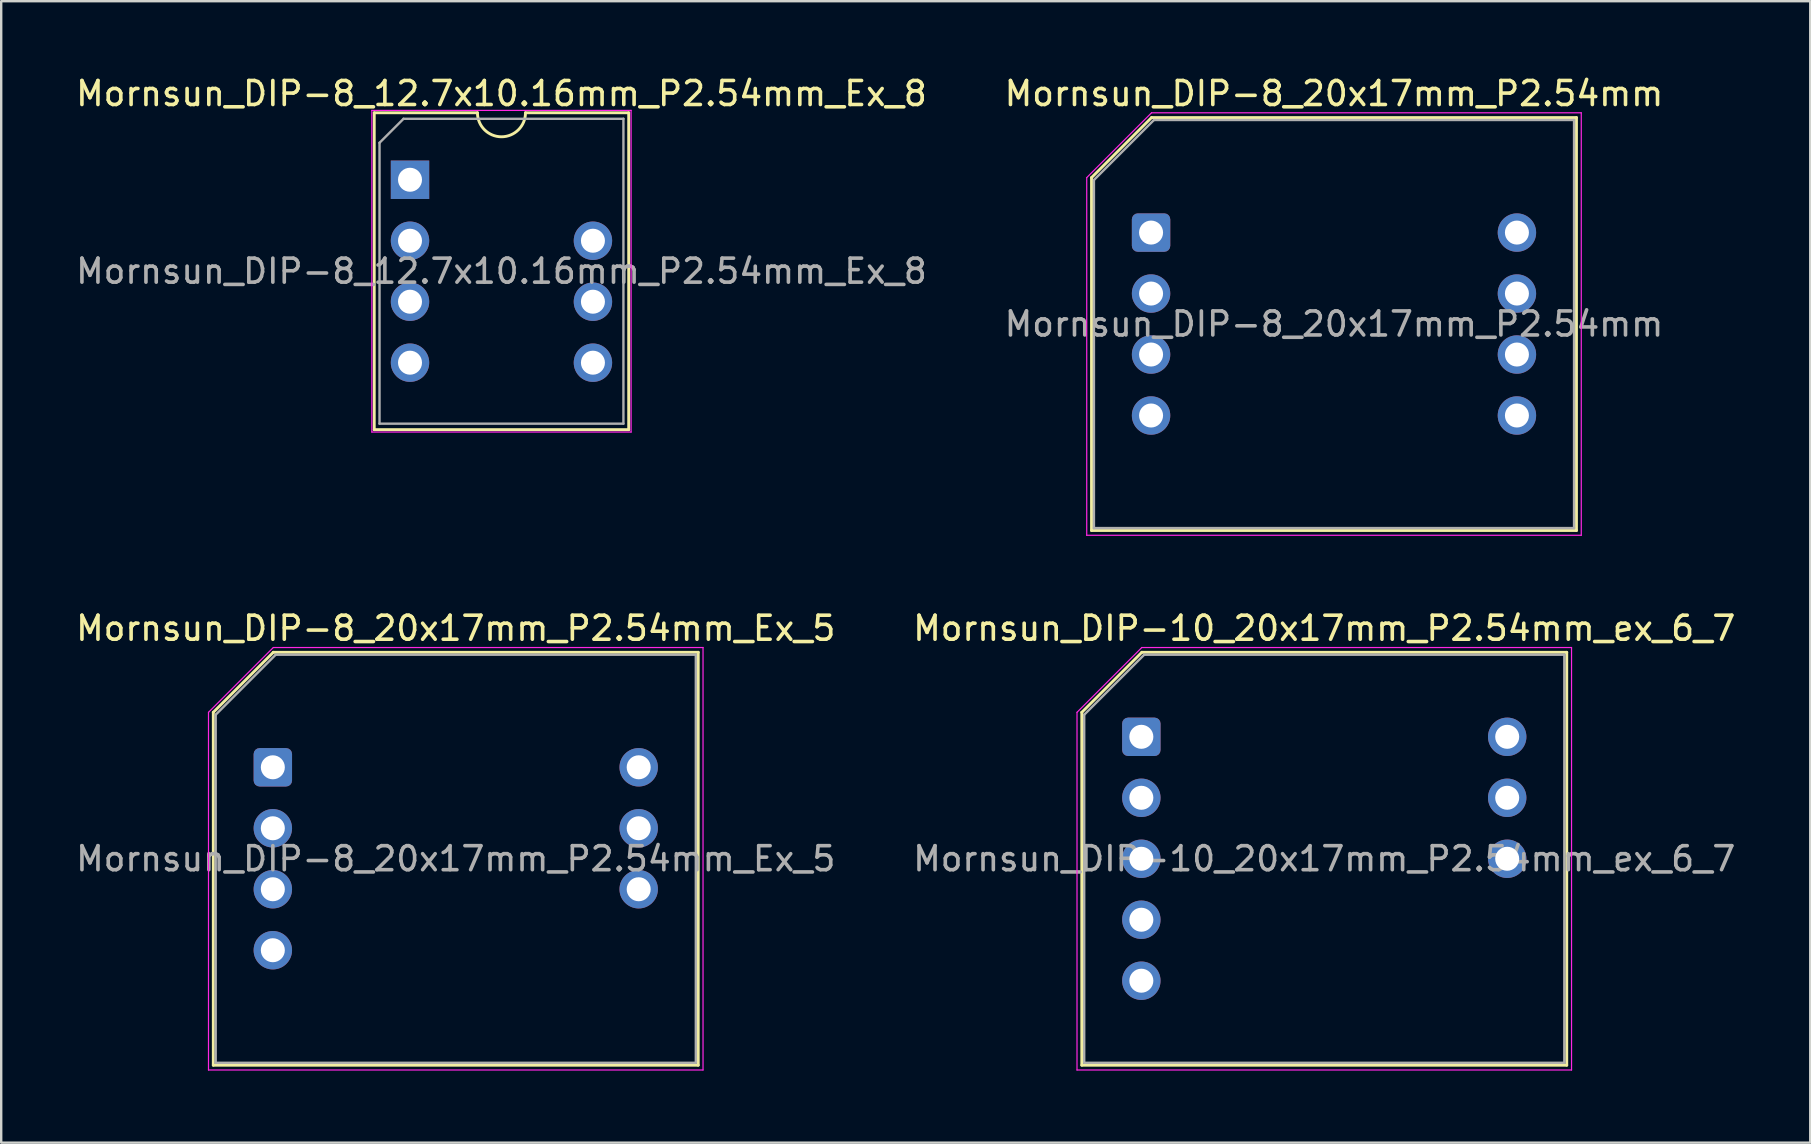
<source format=kicad_pcb>
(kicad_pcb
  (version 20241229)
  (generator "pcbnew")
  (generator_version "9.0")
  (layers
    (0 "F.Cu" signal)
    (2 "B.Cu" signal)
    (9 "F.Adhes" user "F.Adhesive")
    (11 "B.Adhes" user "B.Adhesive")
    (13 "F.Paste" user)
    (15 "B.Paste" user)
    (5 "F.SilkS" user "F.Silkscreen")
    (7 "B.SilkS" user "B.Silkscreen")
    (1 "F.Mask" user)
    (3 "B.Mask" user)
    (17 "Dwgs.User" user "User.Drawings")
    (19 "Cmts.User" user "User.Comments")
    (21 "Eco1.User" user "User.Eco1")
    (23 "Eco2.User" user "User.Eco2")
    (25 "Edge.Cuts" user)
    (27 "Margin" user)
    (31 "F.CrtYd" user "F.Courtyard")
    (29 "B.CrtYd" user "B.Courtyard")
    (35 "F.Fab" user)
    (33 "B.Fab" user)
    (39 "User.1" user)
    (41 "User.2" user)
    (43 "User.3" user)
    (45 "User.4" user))
  (footprint "Mornsun_DIP-10_20x17mm_P2.54mm_ex_6_7"
    (layer "F.Cu")
    (at 44.493 27.642)
    (property "Reference" "Mornsun_DIP-10_20x17mm_P2.54mm_ex_6_7" (at 7.62 -4.52 0) (unlocked yes) (layer "F.SilkS") (effects (font (size 1 1) (thickness 0.15))))
    (attr through_hole)
    (fp_line (start -2.48 13.68) (end -2.48 -1.02) (stroke (width 0.12) (type default)) (layer "F.SilkS"))
    (fp_line (start 0.02 -3.52) (end -2.48 -1.02) (stroke (width 0.12) (type default)) (layer "F.SilkS"))
    (fp_line (start 17.72 -3.52) (end 0.02 -3.52) (stroke (width 0.12) (type default)) (layer "F.SilkS"))
    (fp_line (start 17.72 -3.52) (end 17.72 13.68) (stroke (width 0.12) (type default)) (layer "F.SilkS"))
    (fp_line (start 17.72 13.68) (end -2.48 13.68) (stroke (width 0.12) (type default)) (layer "F.SilkS"))
    (fp_line (start -2.68 -1.02) (end -2.68 13.88) (stroke (width 0.05) (type default)) (layer "F.CrtYd"))
    (fp_line (start -2.68 13.88) (end 17.92 13.88) (stroke (width 0.05) (type default)) (layer "F.CrtYd"))
    (fp_line (start 0.02 -3.72) (end -2.68 -1.02) (stroke (width 0.05) (type default)) (layer "F.CrtYd"))
    (fp_line (start 17.92 -3.72) (end 0.02 -3.72) (stroke (width 0.05) (type default)) (layer "F.CrtYd"))
    (fp_line (start 17.92 13.88) (end 17.92 -3.72) (stroke (width 0.05) (type default)) (layer "F.CrtYd"))
    (fp_line (start -2.38 -0.92) (end 0.12 -3.42) (stroke (width 0.1) (type default)) (layer "F.Fab"))
    (fp_line (start -2.38 13.58) (end -2.38 -0.92) (stroke (width 0.1) (type default)) (layer "F.Fab"))
    (fp_line (start 0.12 -3.42) (end 17.62 -3.42) (stroke (width 0.1) (type default)) (layer "F.Fab"))
    (fp_line (start 17.62 -3.42) (end 17.62 13.58) (stroke (width 0.1) (type default)) (layer "F.Fab"))
    (fp_line (start 17.62 13.58) (end -2.38 13.58) (stroke (width 0.1) (type default)) (layer "F.Fab"))
    (fp_text user "${REFERENCE}" (at 7.62 5.08 0) (layer "F.Fab") (effects (font (size 1 1) (thickness 0.15))))
    (pad "1" thru_hole roundrect (at 0 0 270) (size 1.6 1.6) (drill 1) (layers "*.Cu" "*.Mask") (roundrect_rratio 0.156))
    (pad "2" thru_hole circle (at 0 2.54 270) (size 1.6 1.6) (drill 1) (layers "*.Cu" "*.Mask"))
    (pad "3" thru_hole circle (at 0 5.08 270) (size 1.6 1.6) (drill 1) (layers "*.Cu" "*.Mask"))
    (pad "4" thru_hole circle (at 0 7.62 270) (size 1.6 1.6) (drill 1) (layers "*.Cu" "*.Mask"))
    (pad "5" thru_hole circle (at 0 10.16 270) (size 1.6 1.6) (drill 1) (layers "*.Cu" "*.Mask"))
    (pad "8" thru_hole circle (at 15.24 5.08 270) (size 1.6 1.6) (drill 1) (layers "*.Cu" "*.Mask"))
    (pad "9" thru_hole circle (at 15.24 2.54 270) (size 1.6 1.6) (drill 1) (layers "*.Cu" "*.Mask"))
    (pad "10" thru_hole circle (at 15.24 0 270) (size 1.6 1.6) (drill 1) (layers "*.Cu" "*.Mask")))
  (footprint "Mornsun_DIP-8_12.7x10.16mm_P2.54mm_Ex_8"
    (layer "F.Cu")
    (at 17.839 8.248)
    (property "Reference" "Mornsun_DIP-8_12.7x10.16mm_P2.54mm_Ex_8" (at 0 -7.4 0) (unlocked yes) (layer "F.SilkS") (effects (font (size 1 1) (thickness 0.15))))
    (attr through_hole)
    (fp_line (start -5.3 -6.6) (end -1 -6.6) (stroke (width 0.12) (type default)) (layer "F.SilkS"))
    (fp_line (start -5.3 6.6) (end -5.3 -6.6) (stroke (width 0.12) (type default)) (layer "F.SilkS"))
    (fp_line (start 1 -6.6) (end 5.3 -6.6) (stroke (width 0.12) (type default)) (layer "F.SilkS"))
    (fp_line (start 5.3 -6.6) (end 5.3 6.6) (stroke (width 0.12) (type default)) (layer "F.SilkS"))
    (fp_line (start 5.3 6.6) (end -5.3 6.6) (stroke (width 0.12) (type default)) (layer "F.SilkS"))
    (fp_arc (start 1 -6.6) (mid 0 -5.6) (end -1 -6.6) (stroke (width 0.12) (type solid)) (layer "F.SilkS"))
    (fp_line (start -5.4 -6.7) (end 5.4 -6.7) (stroke (width 0.05) (type default)) (layer "F.CrtYd"))
    (fp_line (start -5.4 6.7) (end -5.4 -6.7) (stroke (width 0.05) (type default)) (layer "F.CrtYd"))
    (fp_line (start 5.4 -6.7) (end 5.4 6.7) (stroke (width 0.05) (type default)) (layer "F.CrtYd"))
    (fp_line (start 5.4 6.7) (end -5.4 6.7) (stroke (width 0.05) (type default)) (layer "F.CrtYd"))
    (fp_line (start -5.08 -5.35) (end -4.08 -6.35) (stroke (width 0.1) (type default)) (layer "F.Fab"))
    (fp_line (start -5.08 6.35) (end -5.08 -5.35) (stroke (width 0.1) (type default)) (layer "F.Fab"))
    (fp_line (start -4.08 -6.35) (end 5.08 -6.35) (stroke (width 0.1) (type default)) (layer "F.Fab"))
    (fp_line (start 5.08 -6.35) (end 5.08 6.35) (stroke (width 0.1) (type default)) (layer "F.Fab"))
    (fp_line (start 5.08 6.35) (end -5.08 6.35) (stroke (width 0.1) (type default)) (layer "F.Fab"))
    (fp_text user "${REFERENCE}" (at 0 0 0) (layer "F.Fab") (effects (font (size 1 1) (thickness 0.15))))
    (pad "1" thru_hole rect (at -3.81 -3.81 270) (size 1.6 1.6) (drill 1) (layers "*.Cu" "*.Mask"))
    (pad "2" thru_hole circle (at -3.81 -1.27 270) (size 1.6 1.6) (drill 1) (layers "*.Cu" "*.Mask"))
    (pad "3" thru_hole circle (at -3.81 1.27 270) (size 1.6 1.6) (drill 1) (layers "*.Cu" "*.Mask"))
    (pad "4" thru_hole circle (at -3.81 3.81 270) (size 1.6 1.6) (drill 1) (layers "*.Cu" "*.Mask"))
    (pad "5" thru_hole circle (at 3.81 3.81 270) (size 1.6 1.6) (drill 1) (layers "*.Cu" "*.Mask"))
    (pad "6" thru_hole circle (at 3.81 1.27 270) (size 1.6 1.6) (drill 1) (layers "*.Cu" "*.Mask"))
    (pad "7" thru_hole circle (at 3.81 -1.27 270) (size 1.6 1.6) (drill 1) (layers "*.Cu" "*.Mask")))
  (footprint "Mornsun_DIP-8_20x17mm_P2.54mm"
    (layer "F.Cu")
    (at 52.518 10.448)
    (property "Reference" "Mornsun_DIP-8_20x17mm_P2.54mm" (at 0 -9.6 0) (unlocked yes) (layer "F.SilkS") (effects (font (size 1 1) (thickness 0.15))))
    (attr through_hole)
    (fp_line (start -10.1 8.6) (end -10.1 -6.1) (stroke (width 0.12) (type default)) (layer "F.SilkS"))
    (fp_line (start -7.6 -8.6) (end -10.1 -6.1) (stroke (width 0.12) (type default)) (layer "F.SilkS"))
    (fp_line (start 10.1 -8.6) (end -7.6 -8.6) (stroke (width 0.12) (type default)) (layer "F.SilkS"))
    (fp_line (start 10.1 -8.6) (end 10.1 8.6) (stroke (width 0.12) (type default)) (layer "F.SilkS"))
    (fp_line (start 10.1 8.6) (end -10.1 8.6) (stroke (width 0.12) (type default)) (layer "F.SilkS"))
    (fp_line (start -10.3 -6.1) (end -10.3 8.8) (stroke (width 0.05) (type default)) (layer "F.CrtYd"))
    (fp_line (start -10.3 8.8) (end 10.3 8.8) (stroke (width 0.05) (type default)) (layer "F.CrtYd"))
    (fp_line (start -7.6 -8.8) (end -10.3 -6.1) (stroke (width 0.05) (type default)) (layer "F.CrtYd"))
    (fp_line (start 10.3 -8.8) (end -7.6 -8.8) (stroke (width 0.05) (type default)) (layer "F.CrtYd"))
    (fp_line (start 10.3 8.8) (end 10.3 -8.8) (stroke (width 0.05) (type default)) (layer "F.CrtYd"))
    (fp_line (start -10 -6) (end -7.5 -8.5) (stroke (width 0.1) (type default)) (layer "F.Fab"))
    (fp_line (start -10 8.5) (end -10 -6) (stroke (width 0.1) (type default)) (layer "F.Fab"))
    (fp_line (start -7.5 -8.5) (end 10 -8.5) (stroke (width 0.1) (type default)) (layer "F.Fab"))
    (fp_line (start 10 -8.5) (end 10 8.5) (stroke (width 0.1) (type default)) (layer "F.Fab"))
    (fp_line (start 10 8.5) (end -10 8.5) (stroke (width 0.1) (type default)) (layer "F.Fab"))
    (fp_text user "${REFERENCE}" (at 0 0 0) (layer "F.Fab") (effects (font (size 1 1) (thickness 0.15))))
    (pad "1" thru_hole roundrect (at -7.62 -3.81 270) (size 1.6 1.6) (drill 1) (layers "*.Cu" "*.Mask") (roundrect_rratio 0.156))
    (pad "2" thru_hole circle (at -7.62 -1.27 270) (size 1.6 1.6) (drill 1) (layers "*.Cu" "*.Mask"))
    (pad "3" thru_hole circle (at -7.62 1.27 270) (size 1.6 1.6) (drill 1) (layers "*.Cu" "*.Mask"))
    (pad "4" thru_hole circle (at -7.62 3.81 270) (size 1.6 1.6) (drill 1) (layers "*.Cu" "*.Mask"))
    (pad "5" thru_hole circle (at 7.62 3.81 270) (size 1.6 1.6) (drill 1) (layers "*.Cu" "*.Mask"))
    (pad "6" thru_hole circle (at 7.62 1.27 270) (size 1.6 1.6) (drill 1) (layers "*.Cu" "*.Mask"))
    (pad "7" thru_hole circle (at 7.62 -1.27 270) (size 1.6 1.6) (drill 1) (layers "*.Cu" "*.Mask"))
    (pad "8" thru_hole circle (at 7.62 -3.81 270) (size 1.6 1.6) (drill 1) (layers "*.Cu" "*.Mask")))
  (footprint "Mornsun_DIP-8_20x17mm_P2.54mm_Ex_5"
    (layer "F.Cu")
    (at 8.315 28.912)
    (property "Reference" "Mornsun_DIP-8_20x17mm_P2.54mm_Ex_5" (at 7.62 -5.79 0) (unlocked yes) (layer "F.SilkS") (effects (font (size 1 1) (thickness 0.15))))
    (attr through_hole)
    (fp_line (start -2.48 12.41) (end -2.48 -2.29) (stroke (width 0.12) (type default)) (layer "F.SilkS"))
    (fp_line (start 0.02 -4.79) (end -2.48 -2.29) (stroke (width 0.12) (type default)) (layer "F.SilkS"))
    (fp_line (start 17.72 -4.79) (end 0.02 -4.79) (stroke (width 0.12) (type default)) (layer "F.SilkS"))
    (fp_line (start 17.72 -4.79) (end 17.72 12.41) (stroke (width 0.12) (type default)) (layer "F.SilkS"))
    (fp_line (start 17.72 12.41) (end -2.48 12.41) (stroke (width 0.12) (type default)) (layer "F.SilkS"))
    (fp_line (start -2.68 -2.29) (end -2.68 12.61) (stroke (width 0.05) (type default)) (layer "F.CrtYd"))
    (fp_line (start -2.68 12.61) (end 17.92 12.61) (stroke (width 0.05) (type default)) (layer "F.CrtYd"))
    (fp_line (start 0.02 -4.99) (end -2.68 -2.29) (stroke (width 0.05) (type default)) (layer "F.CrtYd"))
    (fp_line (start 17.92 -4.99) (end 0.02 -4.99) (stroke (width 0.05) (type default)) (layer "F.CrtYd"))
    (fp_line (start 17.92 12.61) (end 17.92 -4.99) (stroke (width 0.05) (type default)) (layer "F.CrtYd"))
    (fp_line (start -2.38 -2.19) (end 0.12 -4.69) (stroke (width 0.1) (type default)) (layer "F.Fab"))
    (fp_line (start -2.38 12.31) (end -2.38 -2.19) (stroke (width 0.1) (type default)) (layer "F.Fab"))
    (fp_line (start 0.12 -4.69) (end 17.62 -4.69) (stroke (width 0.1) (type default)) (layer "F.Fab"))
    (fp_line (start 17.62 -4.69) (end 17.62 12.31) (stroke (width 0.1) (type default)) (layer "F.Fab"))
    (fp_line (start 17.62 12.31) (end -2.38 12.31) (stroke (width 0.1) (type default)) (layer "F.Fab"))
    (fp_text user "${REFERENCE}" (at 7.62 3.81 0) (layer "F.Fab") (effects (font (size 1 1) (thickness 0.15))))
    (pad "1" thru_hole roundrect (at 0 0 270) (size 1.6 1.6) (drill 1) (layers "*.Cu" "*.Mask") (roundrect_rratio 0.156))
    (pad "2" thru_hole circle (at 0 2.54 270) (size 1.6 1.6) (drill 1) (layers "*.Cu" "*.Mask"))
    (pad "3" thru_hole circle (at 0 5.08 270) (size 1.6 1.6) (drill 1) (layers "*.Cu" "*.Mask"))
    (pad "4" thru_hole circle (at 0 7.62 270) (size 1.6 1.6) (drill 1) (layers "*.Cu" "*.Mask"))
    (pad "6" thru_hole circle (at 15.24 5.08 270) (size 1.6 1.6) (drill 1) (layers "*.Cu" "*.Mask"))
    (pad "7" thru_hole circle (at 15.24 2.54 270) (size 1.6 1.6) (drill 1) (layers "*.Cu" "*.Mask"))
    (pad "8" thru_hole circle (at 15.24 0 270) (size 1.6 1.6) (drill 1) (layers "*.Cu" "*.Mask")))
  (gr_rect
    (start -3 -3)
    (end 72.357 44.547)
    (stroke (width 0.1) (type default))
    (fill no)
    (layer "Edge.Cuts")))
</source>
